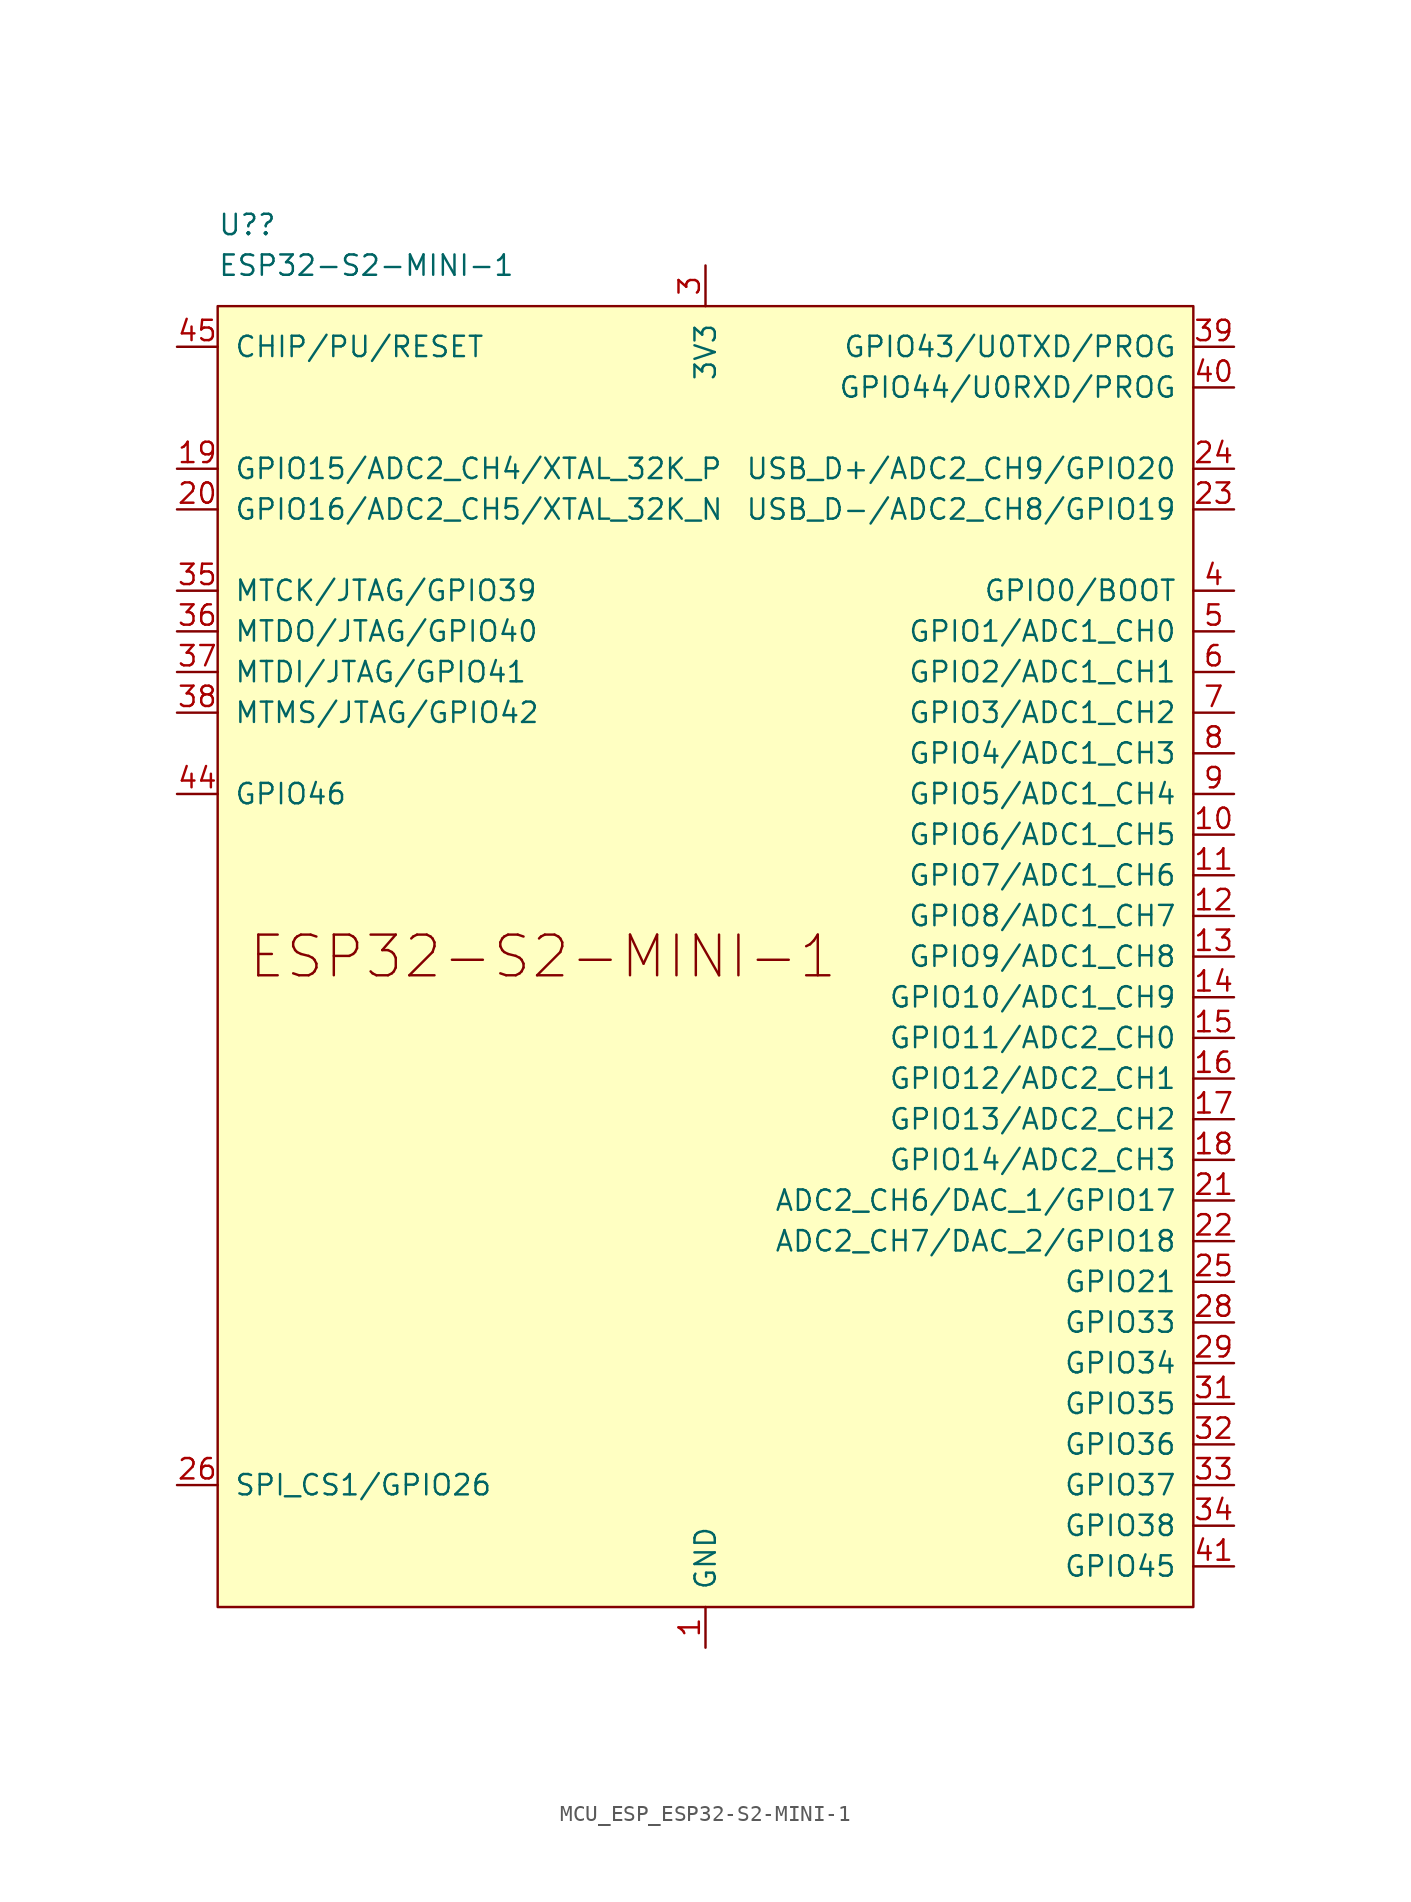
<source format=kicad_sym>
(kicad_symbol_lib
  (version 20231120)
  (generator "kicad_symbol_editor")
  (generator_version "8.0")
  (symbol "MCU_ESP_ESP32-S2-MINI-1"
    (pin_names
      (offset 1.016))
    (property "Reference" "U?"
      (at -30.48 45.72 0)
      (effects (font (size 1.27 1.27)) (justify left)))
    (property "Value" "ESP32-S2-MINI-1"
      (at -30.48 43.18 0)
      (effects (font (size 1.27 1.27)) (justify left)))
    (symbol "MCU_ESP_ESP32-S2-MINI-1_0_0"
      (pin power_in line (at 0 -43.18 90) (length 2.54) (name "GND" (effects (font (size 1.27 1.27)))) (number "1" (effects (font (size 1.27 1.27)))))
      (pin passive line (at 0 -43.18 90) (length 2.54) hide (name "GND" (effects (font (size 1.27 1.27)))) (number "43" (effects (font (size 1.27 1.27)))))
      (pin input line (at -33.02 10.16 0) (length 2.54) (name "GPIO46" (effects (font (size 1.27 1.27)))) (number "44" (effects (font (size 1.27 1.27)))))
      (pin bidirectional line (at -33.02 38.1 0) (length 2.54) (name "CHIP/PU/RESET" (effects (font (size 1.27 1.27)))) (number "45" (effects (font (size 1.27 1.27)))))
      (pin passive line (at 0 -43.18 90) (length 2.54) hide (name "GND" (effects (font (size 1.27 1.27)))) (number "46" (effects (font (size 1.27 1.27)))))
      (pin passive line (at 0 -43.18 90) (length 2.54) hide (name "GND" (effects (font (size 1.27 1.27)))) (number "47" (effects (font (size 1.27 1.27)))))
      (pin passive line (at 0 -43.18 90) (length 2.54) hide (name "GND" (effects (font (size 1.27 1.27)))) (number "48" (effects (font (size 1.27 1.27)))))
      (pin passive line (at 0 -43.18 90) (length 2.54) hide (name "GND" (effects (font (size 1.27 1.27)))) (number "49" (effects (font (size 1.27 1.27)))))
      (pin passive line (at 0 -43.18 90) (length 2.54) hide (name "GND" (effects (font (size 1.27 1.27)))) (number "50" (effects (font (size 1.27 1.27)))))
      (pin passive line (at 0 -43.18 90) (length 2.54) hide (name "GND" (effects (font (size 1.27 1.27)))) (number "51" (effects (font (size 1.27 1.27)))))
      (pin passive line (at 0 -43.18 90) (length 2.54) hide (name "GND" (effects (font (size 1.27 1.27)))) (number "52" (effects (font (size 1.27 1.27)))))
      (pin passive line (at 0 -43.18 90) (length 2.54) hide (name "GND" (effects (font (size 1.27 1.27)))) (number "53" (effects (font (size 1.27 1.27)))))
      (pin passive line (at 0 -43.18 90) (length 2.54) hide (name "GND" (effects (font (size 1.27 1.27)))) (number "54" (effects (font (size 1.27 1.27)))))
      (pin passive line (at 0 -43.18 90) (length 2.54) hide (name "GND" (effects (font (size 1.27 1.27)))) (number "55" (effects (font (size 1.27 1.27)))))
      (pin passive line (at 0 -43.18 90) (length 2.54) hide (name "GND" (effects (font (size 1.27 1.27)))) (number "56" (effects (font (size 1.27 1.27)))))
      (pin passive line (at 0 -43.18 90) (length 2.54) hide (name "GND" (effects (font (size 1.27 1.27)))) (number "57" (effects (font (size 1.27 1.27)))))
      (pin passive line (at 0 -43.18 90) (length 2.54) hide (name "GND" (effects (font (size 1.27 1.27)))) (number "58" (effects (font (size 1.27 1.27)))))
      (pin passive line (at 0 -43.18 90) (length 2.54) hide (name "GND" (effects (font (size 1.27 1.27)))) (number "59" (effects (font (size 1.27 1.27)))))
      (pin passive line (at 0 -43.18 90) (length 2.54) hide (name "GND" (effects (font (size 1.27 1.27)))) (number "60" (effects (font (size 1.27 1.27)))))
      (pin passive line (at 0 -43.18 90) (length 2.54) hide (name "GND" (effects (font (size 1.27 1.27)))) (number "61" (effects (font (size 1.27 1.27)))))
      (pin passive line (at 0 -43.18 90) (length 2.54) hide (name "GND" (effects (font (size 1.27 1.27)))) (number "62" (effects (font (size 1.27 1.27)))))
      (pin passive line (at 0 -43.18 90) (length 2.54) hide (name "GND" (effects (font (size 1.27 1.27)))) (number "63" (effects (font (size 1.27 1.27)))))
      (pin passive line (at 0 -43.18 90) (length 2.54) hide (name "GND" (effects (font (size 1.27 1.27)))) (number "64" (effects (font (size 1.27 1.27)))))
      (pin passive line (at 0 -43.18 90) (length 2.54) hide (name "GND" (effects (font (size 1.27 1.27)))) (number "65" (effects (font (size 1.27 1.27))))))
    (symbol "MCU_ESP_ESP32-S2-MINI-1_0_1"
      (rectangle (start -30.48 40.64) (end 30.48 -40.64) (stroke (width 0) (type default)) (fill (type background))))
    (symbol "MCU_ESP_ESP32-S2-MINI-1_1_1"
      (text "ESP32-S2-MINI-1" (at -10.16 0 0) (effects (font (size 2.54 2.54))))
      (pin bidirectional line (at 33.02 7.62 180) (length 2.54) (name "GPIO6/ADC1_CH5" (effects (font (size 1.27 1.27)))) (number "10" (effects (font (size 1.27 1.27)))))
      (pin bidirectional line (at 33.02 5.08 180) (length 2.54) (name "GPIO7/ADC1_CH6" (effects (font (size 1.27 1.27)))) (number "11" (effects (font (size 1.27 1.27)))))
      (pin bidirectional line (at 33.02 2.54 180) (length 2.54) (name "GPIO8/ADC1_CH7" (effects (font (size 1.27 1.27)))) (number "12" (effects (font (size 1.27 1.27)))))
      (pin bidirectional line (at 33.02 0 180) (length 2.54) (name "GPIO9/ADC1_CH8" (effects (font (size 1.27 1.27)))) (number "13" (effects (font (size 1.27 1.27)))))
      (pin bidirectional line (at 33.02 -2.54 180) (length 2.54) (name "GPIO10/ADC1_CH9" (effects (font (size 1.27 1.27)))) (number "14" (effects (font (size 1.27 1.27)))))
      (pin bidirectional line (at 33.02 -5.08 180) (length 2.54) (name "GPIO11/ADC2_CH0" (effects (font (size 1.27 1.27)))) (number "15" (effects (font (size 1.27 1.27)))))
      (pin bidirectional line (at 33.02 -7.62 180) (length 2.54) (name "GPIO12/ADC2_CH1" (effects (font (size 1.27 1.27)))) (number "16" (effects (font (size 1.27 1.27)))))
      (pin bidirectional line (at 33.02 -10.16 180) (length 2.54) (name "GPIO13/ADC2_CH2" (effects (font (size 1.27 1.27)))) (number "17" (effects (font (size 1.27 1.27)))))
      (pin bidirectional line (at 33.02 -12.7 180) (length 2.54) (name "GPIO14/ADC2_CH3" (effects (font (size 1.27 1.27)))) (number "18" (effects (font (size 1.27 1.27)))))
      (pin bidirectional line (at -33.02 30.48 0) (length 2.54) (name "GPIO15/ADC2_CH4/XTAL_32K_P" (effects (font (size 1.27 1.27)))) (number "19" (effects (font (size 1.27 1.27)))))
      (pin passive line (at 0 -43.18 90) (length 2.54) hide (name "GND" (effects (font (size 1.27 1.27)))) (number "2" (effects (font (size 1.27 1.27)))))
      (pin bidirectional line (at -33.02 27.94 0) (length 2.54) (name "GPIO16/ADC2_CH5/XTAL_32K_N" (effects (font (size 1.27 1.27)))) (number "20" (effects (font (size 1.27 1.27)))))
      (pin bidirectional line (at 33.02 -15.24 180) (length 2.54) (name "ADC2_CH6/DAC_1/GPIO17" (effects (font (size 1.27 1.27)))) (number "21" (effects (font (size 1.27 1.27)))))
      (pin bidirectional line (at 33.02 -17.78 180) (length 2.54) (name "ADC2_CH7/DAC_2/GPIO18" (effects (font (size 1.27 1.27)))) (number "22" (effects (font (size 1.27 1.27)))))
      (pin bidirectional line (at 33.02 27.94 180) (length 2.54) (name "USB_D-/ADC2_CH8/GPIO19" (effects (font (size 1.27 1.27)))) (number "23" (effects (font (size 1.27 1.27)))))
      (pin bidirectional line (at 33.02 30.48 180) (length 2.54) (name "USB_D+/ADC2_CH9/GPIO20" (effects (font (size 1.27 1.27)))) (number "24" (effects (font (size 1.27 1.27)))))
      (pin bidirectional line (at 33.02 -20.32 180) (length 2.54) (name "GPIO21" (effects (font (size 1.27 1.27)))) (number "25" (effects (font (size 1.27 1.27)))))
      (pin bidirectional line (at -33.02 -33.02 0) (length 2.54) (name "SPI_CS1/GPIO26" (effects (font (size 1.27 1.27)))) (number "26" (effects (font (size 1.27 1.27)))))
      (pin no_connect line (at -30.48 -38.1 0) (length 2.54) hide (name "NC" (effects (font (size 1.27 1.27)))) (number "27" (effects (font (size 1.27 1.27)))))
      (pin bidirectional line (at 33.02 -22.86 180) (length 2.54) (name "GPIO33" (effects (font (size 1.27 1.27)))) (number "28" (effects (font (size 1.27 1.27)))))
      (pin bidirectional line (at 33.02 -25.4 180) (length 2.54) (name "GPIO34" (effects (font (size 1.27 1.27)))) (number "29" (effects (font (size 1.27 1.27)))))
      (pin power_in line (at 0 43.18 270) (length 2.54) (name "3V3" (effects (font (size 1.27 1.27)))) (number "3" (effects (font (size 1.27 1.27)))))
      (pin passive line (at 0 -43.18 90) (length 2.54) hide (name "GND" (effects (font (size 1.27 1.27)))) (number "30" (effects (font (size 1.27 1.27)))))
      (pin bidirectional line (at 33.02 -27.94 180) (length 2.54) (name "GPIO35" (effects (font (size 1.27 1.27)))) (number "31" (effects (font (size 1.27 1.27)))))
      (pin bidirectional line (at 33.02 -30.48 180) (length 2.54) (name "GPIO36" (effects (font (size 1.27 1.27)))) (number "32" (effects (font (size 1.27 1.27)))))
      (pin bidirectional line (at 33.02 -33.02 180) (length 2.54) (name "GPIO37" (effects (font (size 1.27 1.27)))) (number "33" (effects (font (size 1.27 1.27)))))
      (pin bidirectional line (at 33.02 -35.56 180) (length 2.54) (name "GPIO38" (effects (font (size 1.27 1.27)))) (number "34" (effects (font (size 1.27 1.27)))))
      (pin bidirectional line (at -33.02 22.86 0) (length 2.54) (name "MTCK/JTAG/GPIO39" (effects (font (size 1.27 1.27)))) (number "35" (effects (font (size 1.27 1.27)))))
      (pin bidirectional line (at -33.02 20.32 0) (length 2.54) (name "MTDO/JTAG/GPIO40" (effects (font (size 1.27 1.27)))) (number "36" (effects (font (size 1.27 1.27)))))
      (pin bidirectional line (at -33.02 17.78 0) (length 2.54) (name "MTDI/JTAG/GPIO41" (effects (font (size 1.27 1.27)))) (number "37" (effects (font (size 1.27 1.27)))))
      (pin bidirectional line (at -33.02 15.24 0) (length 2.54) (name "MTMS/JTAG/GPIO42" (effects (font (size 1.27 1.27)))) (number "38" (effects (font (size 1.27 1.27)))))
      (pin bidirectional line (at 33.02 38.1 180) (length 2.54) (name "GPIO43/U0TXD/PROG" (effects (font (size 1.27 1.27)))) (number "39" (effects (font (size 1.27 1.27)))))
      (pin bidirectional line (at 33.02 22.86 180) (length 2.54) (name "GPIO0/BOOT" (effects (font (size 1.27 1.27)))) (number "4" (effects (font (size 1.27 1.27)))))
      (pin bidirectional line (at 33.02 35.56 180) (length 2.54) (name "GPIO44/U0RXD/PROG" (effects (font (size 1.27 1.27)))) (number "40" (effects (font (size 1.27 1.27)))))
      (pin bidirectional line (at 33.02 -38.1 180) (length 2.54) (name "GPIO45" (effects (font (size 1.27 1.27)))) (number "41" (effects (font (size 1.27 1.27)))))
      (pin passive line (at 0 -43.18 90) (length 2.54) hide (name "GND" (effects (font (size 1.27 1.27)))) (number "42" (effects (font (size 1.27 1.27)))))
      (pin bidirectional line (at 33.02 20.32 180) (length 2.54) (name "GPIO1/ADC1_CH0" (effects (font (size 1.27 1.27)))) (number "5" (effects (font (size 1.27 1.27)))))
      (pin bidirectional line (at 33.02 17.78 180) (length 2.54) (name "GPIO2/ADC1_CH1" (effects (font (size 1.27 1.27)))) (number "6" (effects (font (size 1.27 1.27)))))
      (pin bidirectional line (at 33.02 15.24 180) (length 2.54) (name "GPIO3/ADC1_CH2" (effects (font (size 1.27 1.27)))) (number "7" (effects (font (size 1.27 1.27)))))
      (pin bidirectional line (at 33.02 12.7 180) (length 2.54) (name "GPIO4/ADC1_CH3" (effects (font (size 1.27 1.27)))) (number "8" (effects (font (size 1.27 1.27)))))
      (pin bidirectional line (at 33.02 10.16 180) (length 2.54) (name "GPIO5/ADC1_CH4" (effects (font (size 1.27 1.27)))) (number "9" (effects (font (size 1.27 1.27))))))))
</source>
